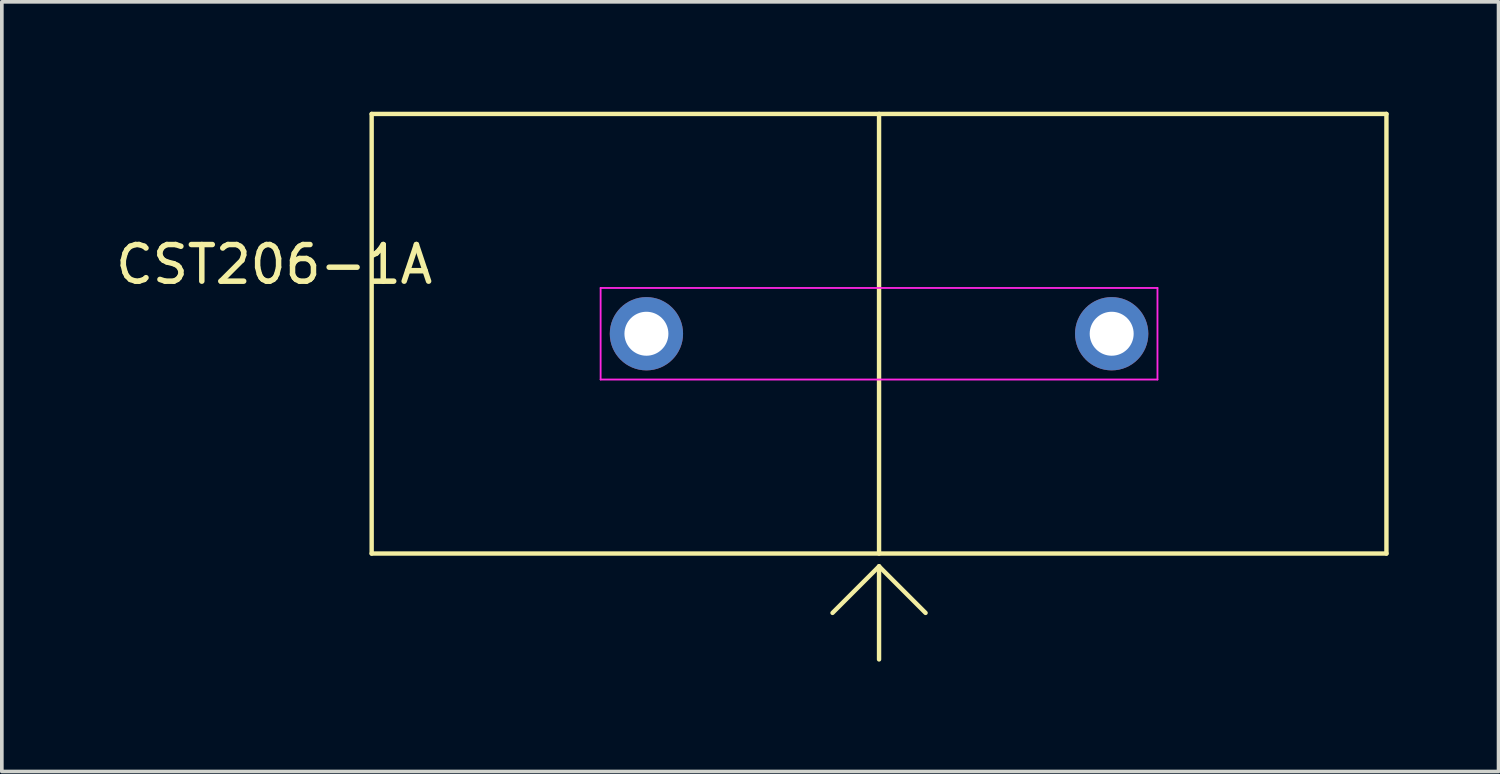
<source format=kicad_pcb>
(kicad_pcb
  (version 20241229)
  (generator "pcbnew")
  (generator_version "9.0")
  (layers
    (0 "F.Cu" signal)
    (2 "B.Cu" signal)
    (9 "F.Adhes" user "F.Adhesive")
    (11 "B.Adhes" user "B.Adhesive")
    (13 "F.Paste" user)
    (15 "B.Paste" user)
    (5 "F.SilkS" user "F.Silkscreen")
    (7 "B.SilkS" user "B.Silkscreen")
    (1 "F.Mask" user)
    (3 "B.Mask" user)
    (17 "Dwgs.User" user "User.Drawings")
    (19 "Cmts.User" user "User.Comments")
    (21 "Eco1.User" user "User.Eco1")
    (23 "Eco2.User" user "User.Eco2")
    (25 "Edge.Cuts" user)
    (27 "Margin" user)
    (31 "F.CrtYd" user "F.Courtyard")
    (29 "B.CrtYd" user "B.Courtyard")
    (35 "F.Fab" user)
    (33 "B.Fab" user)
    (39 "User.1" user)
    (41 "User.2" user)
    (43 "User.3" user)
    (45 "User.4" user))
  (footprint "CST206-1A"
    (layer "F.Cu")
    (at 20.945 6.06)
    (property "Reference" "CST206-1A" (at -16.51 -1.89 0) (layer "F.SilkS") (effects (font (size 1 1) (thickness 0.15))))
    (attr through_hole)
    (fp_line (start -13.85 -6) (end 13.85 -6) (stroke (width 0.12) (type solid)) (layer "F.SilkS"))
    (fp_line (start -13.85 6) (end -13.85 -6) (stroke (width 0.12) (type solid)) (layer "F.SilkS"))
    (fp_line (start 0 -6) (end 0 6) (stroke (width 0.12) (type solid)) (layer "F.SilkS"))
    (fp_line (start 0 6.35) (end -1.27 7.62) (stroke (width 0.12) (type solid)) (layer "F.SilkS"))
    (fp_line (start 0 6.35) (end 1.27 7.62) (stroke (width 0.12) (type solid)) (layer "F.SilkS"))
    (fp_line (start 0 8.89) (end 0 6.35) (stroke (width 0.12) (type solid)) (layer "F.SilkS"))
    (fp_line (start 13.85 -6) (end 13.85 6) (stroke (width 0.12) (type solid)) (layer "F.SilkS"))
    (fp_line (start 13.85 6) (end -13.85 6) (stroke (width 0.12) (type solid)) (layer "F.SilkS"))
    (fp_line (start -7.6 -1.25) (end 7.6 -1.25) (stroke (width 0.05) (type solid)) (layer "F.CrtYd"))
    (fp_line (start -7.6 1.25) (end -7.6 -1.25) (stroke (width 0.05) (type solid)) (layer "F.CrtYd"))
    (fp_line (start 7.6 -1.25) (end 7.6 1.25) (stroke (width 0.05) (type solid)) (layer "F.CrtYd"))
    (fp_line (start 7.6 1.25) (end -7.6 1.25) (stroke (width 0.05) (type solid)) (layer "F.CrtYd"))
    (pad "1" thru_hole circle (at -6.35 0) (size 2 2) (drill 1.2) (layers "*.Cu" "*.Mask"))
    (pad "2" thru_hole circle (at 6.35 0) (size 2 2) (drill 1.2) (layers "*.Cu" "*.Mask")))
  (gr_rect
    (start -3 -3)
    (end 37.855 18.01)
    (stroke (width 0.1) (type default))
    (fill no)
    (layer "Edge.Cuts")))
</source>
